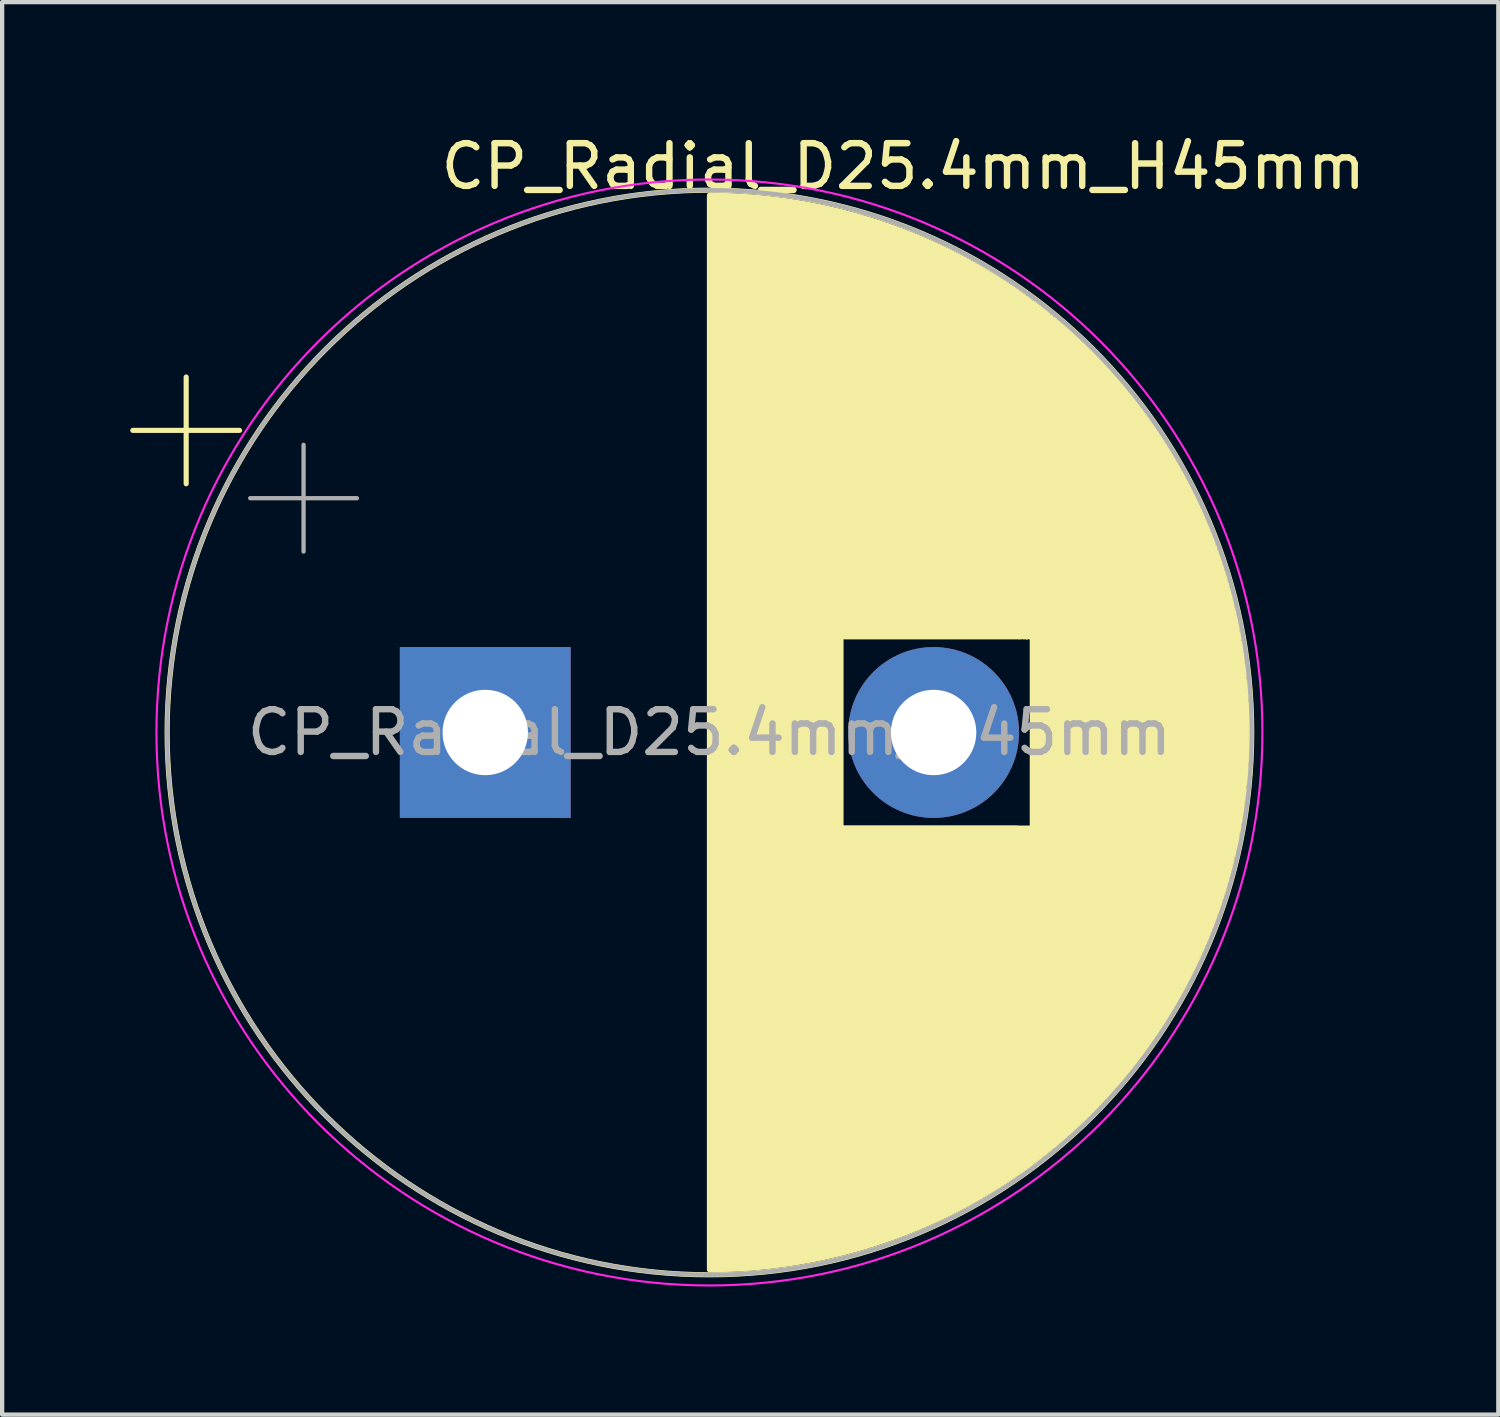
<source format=kicad_pcb>
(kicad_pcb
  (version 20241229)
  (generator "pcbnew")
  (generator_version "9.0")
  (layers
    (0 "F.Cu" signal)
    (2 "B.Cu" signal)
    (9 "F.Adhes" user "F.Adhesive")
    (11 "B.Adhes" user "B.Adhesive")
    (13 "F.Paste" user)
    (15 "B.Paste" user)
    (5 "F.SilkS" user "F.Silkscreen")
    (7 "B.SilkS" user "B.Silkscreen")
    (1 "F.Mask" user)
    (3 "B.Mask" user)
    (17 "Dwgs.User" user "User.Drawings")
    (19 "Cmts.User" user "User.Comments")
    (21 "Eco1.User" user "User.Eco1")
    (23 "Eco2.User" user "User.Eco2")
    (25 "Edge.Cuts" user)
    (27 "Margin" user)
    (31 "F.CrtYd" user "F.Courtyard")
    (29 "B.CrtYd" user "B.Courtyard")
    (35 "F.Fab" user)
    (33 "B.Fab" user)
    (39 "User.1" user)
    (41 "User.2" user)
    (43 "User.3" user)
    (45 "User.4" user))
  (footprint "CP_Radial_D25.4mm_H45mm"
    (layer "F.Cu")
    (at 13.104 14.598)
    (property "Reference" "CP_Radial_D25.4mm_H45mm" (at 5 -13.75 0) (layer "F.SilkS") (effects (font (size 1 1) (thickness 0.15))))
    (attr through_hole)
    (fp_line (start -13.044 -7.569) (end -10.544 -7.569) (stroke (width 0.12) (type solid)) (layer "F.SilkS"))
    (fp_line (start -11.794 -8.819) (end -11.794 -6.319) (stroke (width 0.12) (type solid)) (layer "F.SilkS"))
    (fp_line (start 0.46 -13.075) (end 0.46 12.087) (stroke (width 0.12) (type solid)) (layer "F.SilkS"))
    (fp_line (start 0.5 -13.074) (end 0.5 12.086) (stroke (width 0.12) (type solid)) (layer "F.SilkS"))
    (fp_line (start 0.54 -13.074) (end 0.54 12.086) (stroke (width 0.12) (type solid)) (layer "F.SilkS"))
    (fp_line (start 0.58 -13.074) (end 0.58 12.086) (stroke (width 0.12) (type solid)) (layer "F.SilkS"))
    (fp_line (start 0.62 -13.073) (end 0.62 12.085) (stroke (width 0.12) (type solid)) (layer "F.SilkS"))
    (fp_line (start 0.66 -13.073) (end 0.66 12.085) (stroke (width 0.12) (type solid)) (layer "F.SilkS"))
    (fp_line (start 0.7 -13.072) (end 0.7 12.084) (stroke (width 0.12) (type solid)) (layer "F.SilkS"))
    (fp_line (start 0.74 -13.071) (end 0.74 12.083) (stroke (width 0.12) (type solid)) (layer "F.SilkS"))
    (fp_line (start 0.78 -13.07) (end 0.78 12.082) (stroke (width 0.12) (type solid)) (layer "F.SilkS"))
    (fp_line (start 0.82 -13.069) (end 0.82 12.081) (stroke (width 0.12) (type solid)) (layer "F.SilkS"))
    (fp_line (start 0.86 -13.068) (end 0.86 12.08) (stroke (width 0.12) (type solid)) (layer "F.SilkS"))
    (fp_line (start 0.9 -13.067) (end 0.9 12.079) (stroke (width 0.12) (type solid)) (layer "F.SilkS"))
    (fp_line (start 0.94 -13.065) (end 0.94 12.077) (stroke (width 0.12) (type solid)) (layer "F.SilkS"))
    (fp_line (start 0.98 -13.064) (end 0.98 12.076) (stroke (width 0.12) (type solid)) (layer "F.SilkS"))
    (fp_line (start 1.02 -13.062) (end 1.02 12.074) (stroke (width 0.12) (type solid)) (layer "F.SilkS"))
    (fp_line (start 1.06 -13.06) (end 1.06 12.072) (stroke (width 0.12) (type solid)) (layer "F.SilkS"))
    (fp_line (start 1.1 -13.058) (end 1.1 12.07) (stroke (width 0.12) (type solid)) (layer "F.SilkS"))
    (fp_line (start 1.14 -13.056) (end 1.14 12.068) (stroke (width 0.12) (type solid)) (layer "F.SilkS"))
    (fp_line (start 1.181 -13.054) (end 1.181 12.066) (stroke (width 0.12) (type solid)) (layer "F.SilkS"))
    (fp_line (start 1.221 -13.052) (end 1.221 12.064) (stroke (width 0.12) (type solid)) (layer "F.SilkS"))
    (fp_line (start 1.261 -13.049) (end 1.261 12.061) (stroke (width 0.12) (type solid)) (layer "F.SilkS"))
    (fp_line (start 1.301 -13.047) (end 1.301 12.059) (stroke (width 0.12) (type solid)) (layer "F.SilkS"))
    (fp_line (start 1.341 -13.044) (end 1.341 12.056) (stroke (width 0.12) (type solid)) (layer "F.SilkS"))
    (fp_line (start 1.381 -13.041) (end 1.381 12.053) (stroke (width 0.12) (type solid)) (layer "F.SilkS"))
    (fp_line (start 1.421 -13.038) (end 1.421 12.05) (stroke (width 0.12) (type solid)) (layer "F.SilkS"))
    (fp_line (start 1.461 -13.035) (end 1.461 12.047) (stroke (width 0.12) (type solid)) (layer "F.SilkS"))
    (fp_line (start 1.501 -13.032) (end 1.501 12.044) (stroke (width 0.12) (type solid)) (layer "F.SilkS"))
    (fp_line (start 1.541 -13.028) (end 1.541 12.04) (stroke (width 0.12) (type solid)) (layer "F.SilkS"))
    (fp_line (start 1.581 -13.025) (end 1.581 12.037) (stroke (width 0.12) (type solid)) (layer "F.SilkS"))
    (fp_line (start 1.621 -13.021) (end 1.621 12.033) (stroke (width 0.12) (type solid)) (layer "F.SilkS"))
    (fp_line (start 1.661 -13.017) (end 1.661 12.029) (stroke (width 0.12) (type solid)) (layer "F.SilkS"))
    (fp_line (start 1.701 -13.013) (end 1.701 12.025) (stroke (width 0.12) (type solid)) (layer "F.SilkS"))
    (fp_line (start 1.741 -13.009) (end 1.741 12.021) (stroke (width 0.12) (type solid)) (layer "F.SilkS"))
    (fp_line (start 1.781 -13.005) (end 1.781 12.017) (stroke (width 0.12) (type solid)) (layer "F.SilkS"))
    (fp_line (start 1.821 -13.001) (end 1.821 12.013) (stroke (width 0.12) (type solid)) (layer "F.SilkS"))
    (fp_line (start 1.861 -12.997) (end 1.861 12.009) (stroke (width 0.12) (type solid)) (layer "F.SilkS"))
    (fp_line (start 1.901 -12.992) (end 1.901 12.004) (stroke (width 0.12) (type solid)) (layer "F.SilkS"))
    (fp_line (start 1.941 -12.987) (end 1.941 11.999) (stroke (width 0.12) (type solid)) (layer "F.SilkS"))
    (fp_line (start 1.981 -12.983) (end 1.981 11.995) (stroke (width 0.12) (type solid)) (layer "F.SilkS"))
    (fp_line (start 2.021 -12.978) (end 2.021 11.99) (stroke (width 0.12) (type solid)) (layer "F.SilkS"))
    (fp_line (start 2.061 -12.973) (end 2.061 11.985) (stroke (width 0.12) (type solid)) (layer "F.SilkS"))
    (fp_line (start 2.101 -12.967) (end 2.101 11.979) (stroke (width 0.12) (type solid)) (layer "F.SilkS"))
    (fp_line (start 2.141 -12.962) (end 2.141 11.974) (stroke (width 0.12) (type solid)) (layer "F.SilkS"))
    (fp_line (start 2.181 -12.957) (end 2.181 11.969) (stroke (width 0.12) (type solid)) (layer "F.SilkS"))
    (fp_line (start 2.221 -12.951) (end 2.221 11.963) (stroke (width 0.12) (type solid)) (layer "F.SilkS"))
    (fp_line (start 2.261 -12.945) (end 2.261 11.957) (stroke (width 0.12) (type solid)) (layer "F.SilkS"))
    (fp_line (start 2.301 -12.94) (end 2.301 11.952) (stroke (width 0.12) (type solid)) (layer "F.SilkS"))
    (fp_line (start 2.341 -12.934) (end 2.341 11.946) (stroke (width 0.12) (type solid)) (layer "F.SilkS"))
    (fp_line (start 2.381 -12.928) (end 2.381 11.94) (stroke (width 0.12) (type solid)) (layer "F.SilkS"))
    (fp_line (start 2.421 -12.921) (end 2.421 11.933) (stroke (width 0.12) (type solid)) (layer "F.SilkS"))
    (fp_line (start 2.461 -12.915) (end 2.461 11.927) (stroke (width 0.12) (type solid)) (layer "F.SilkS"))
    (fp_line (start 2.501 -12.909) (end 2.501 11.921) (stroke (width 0.12) (type solid)) (layer "F.SilkS"))
    (fp_line (start 2.541 -12.902) (end 2.541 11.914) (stroke (width 0.12) (type solid)) (layer "F.SilkS"))
    (fp_line (start 2.581 -12.895) (end 2.581 11.907) (stroke (width 0.12) (type solid)) (layer "F.SilkS"))
    (fp_line (start 2.621 -12.888) (end 2.621 11.9) (stroke (width 0.12) (type solid)) (layer "F.SilkS"))
    (fp_line (start 2.626 2.185) (end 12 2.185) (stroke (width 1) (type default)) (layer "F.SilkS"))
    (fp_line (start 2.661 -12.881) (end 2.661 11.893) (stroke (width 0.12) (type solid)) (layer "F.SilkS"))
    (fp_line (start 2.701 -12.874) (end 2.701 11.886) (stroke (width 0.12) (type solid)) (layer "F.SilkS"))
    (fp_line (start 2.741 -12.867) (end 2.741 11.879) (stroke (width 0.12) (type solid)) (layer "F.SilkS"))
    (fp_line (start 2.781 -12.859) (end 2.781 11.871) (stroke (width 0.12) (type solid)) (layer "F.SilkS"))
    (fp_line (start 2.821 -12.852) (end 2.821 11.864) (stroke (width 0.12) (type solid)) (layer "F.SilkS"))
    (fp_line (start 2.861 -12.844) (end 2.861 11.856) (stroke (width 0.12) (type solid)) (layer "F.SilkS"))
    (fp_line (start 2.901 -12.836) (end 2.901 11.848) (stroke (width 0.12) (type solid)) (layer "F.SilkS"))
    (fp_line (start 2.941 -12.828) (end 2.941 11.84) (stroke (width 0.12) (type solid)) (layer "F.SilkS"))
    (fp_line (start 2.981 -12.82) (end 2.981 11.832) (stroke (width 0.12) (type solid)) (layer "F.SilkS"))
    (fp_line (start 3.021 -12.812) (end 3.021 11.824) (stroke (width 0.12) (type solid)) (layer "F.SilkS"))
    (fp_line (start 3.061 -12.804) (end 3.061 11.816) (stroke (width 0.12) (type solid)) (layer "F.SilkS"))
    (fp_line (start 3.101 -12.795) (end 3.101 11.807) (stroke (width 0.12) (type solid)) (layer "F.SilkS"))
    (fp_line (start 3.101 -2.734) (end 3.101 1.746) (stroke (width 1) (type default)) (layer "F.SilkS"))
    (fp_line (start 3.141 -12.787) (end 3.141 11.799) (stroke (width 0.12) (type solid)) (layer "F.SilkS"))
    (fp_line (start 3.181 -12.778) (end 3.181 11.79) (stroke (width 0.12) (type solid)) (layer "F.SilkS"))
    (fp_line (start 3.221 -12.769) (end 3.221 -2.734) (stroke (width 0.12) (type solid)) (layer "F.SilkS"))
    (fp_line (start 3.221 1.746) (end 3.221 11.781) (stroke (width 0.12) (type solid)) (layer "F.SilkS"))
    (fp_line (start 3.261 -12.76) (end 3.261 -2.734) (stroke (width 0.12) (type solid)) (layer "F.SilkS"))
    (fp_line (start 3.261 1.746) (end 3.261 11.772) (stroke (width 0.12) (type solid)) (layer "F.SilkS"))
    (fp_line (start 3.301 -12.751) (end 3.301 -2.734) (stroke (width 0.12) (type solid)) (layer "F.SilkS"))
    (fp_line (start 3.301 1.746) (end 3.301 11.763) (stroke (width 0.12) (type solid)) (layer "F.SilkS"))
    (fp_line (start 3.341 -12.741) (end 3.341 -2.734) (stroke (width 0.12) (type solid)) (layer "F.SilkS"))
    (fp_line (start 3.341 1.746) (end 3.341 11.753) (stroke (width 0.12) (type solid)) (layer "F.SilkS"))
    (fp_line (start 3.381 -12.732) (end 3.381 -2.734) (stroke (width 0.12) (type solid)) (layer "F.SilkS"))
    (fp_line (start 3.381 1.746) (end 3.381 11.744) (stroke (width 0.12) (type solid)) (layer "F.SilkS"))
    (fp_line (start 3.421 -12.722) (end 3.421 -2.734) (stroke (width 0.12) (type solid)) (layer "F.SilkS"))
    (fp_line (start 3.421 1.746) (end 3.421 11.734) (stroke (width 0.12) (type solid)) (layer "F.SilkS"))
    (fp_line (start 3.461 -12.713) (end 3.461 -2.734) (stroke (width 0.12) (type solid)) (layer "F.SilkS"))
    (fp_line (start 3.461 1.746) (end 3.461 11.725) (stroke (width 0.12) (type solid)) (layer "F.SilkS"))
    (fp_line (start 3.501 -12.703) (end 3.501 -2.734) (stroke (width 0.12) (type solid)) (layer "F.SilkS"))
    (fp_line (start 3.501 1.746) (end 3.501 11.715) (stroke (width 0.12) (type solid)) (layer "F.SilkS"))
    (fp_line (start 3.541 -12.693) (end 3.541 -2.734) (stroke (width 0.12) (type solid)) (layer "F.SilkS"))
    (fp_line (start 3.541 1.746) (end 3.541 11.705) (stroke (width 0.12) (type solid)) (layer "F.SilkS"))
    (fp_line (start 3.581 -12.683) (end 3.581 -2.734) (stroke (width 0.12) (type solid)) (layer "F.SilkS"))
    (fp_line (start 3.581 1.746) (end 3.581 11.695) (stroke (width 0.12) (type solid)) (layer "F.SilkS"))
    (fp_line (start 3.621 -12.672) (end 3.621 -2.734) (stroke (width 0.12) (type solid)) (layer "F.SilkS"))
    (fp_line (start 3.621 1.746) (end 3.621 11.684) (stroke (width 0.12) (type solid)) (layer "F.SilkS"))
    (fp_line (start 3.661 -12.662) (end 3.661 -2.734) (stroke (width 0.12) (type solid)) (layer "F.SilkS"))
    (fp_line (start 3.661 1.746) (end 3.661 11.674) (stroke (width 0.12) (type solid)) (layer "F.SilkS"))
    (fp_line (start 3.701 -12.651) (end 3.701 -2.734) (stroke (width 0.12) (type solid)) (layer "F.SilkS"))
    (fp_line (start 3.701 1.746) (end 3.701 11.663) (stroke (width 0.12) (type solid)) (layer "F.SilkS"))
    (fp_line (start 3.741 -12.641) (end 3.741 -2.734) (stroke (width 0.12) (type solid)) (layer "F.SilkS"))
    (fp_line (start 3.741 1.746) (end 3.741 11.653) (stroke (width 0.12) (type solid)) (layer "F.SilkS"))
    (fp_line (start 3.781 -12.63) (end 3.781 -2.734) (stroke (width 0.12) (type solid)) (layer "F.SilkS"))
    (fp_line (start 3.781 1.746) (end 3.781 11.642) (stroke (width 0.12) (type solid)) (layer "F.SilkS"))
    (fp_line (start 3.821 -12.619) (end 3.821 -2.734) (stroke (width 0.12) (type solid)) (layer "F.SilkS"))
    (fp_line (start 3.821 1.746) (end 3.821 11.631) (stroke (width 0.12) (type solid)) (layer "F.SilkS"))
    (fp_line (start 3.861 -12.608) (end 3.861 -2.734) (stroke (width 0.12) (type solid)) (layer "F.SilkS"))
    (fp_line (start 3.861 1.746) (end 3.861 11.62) (stroke (width 0.12) (type solid)) (layer "F.SilkS"))
    (fp_line (start 3.901 -12.597) (end 3.901 -2.734) (stroke (width 0.12) (type solid)) (layer "F.SilkS"))
    (fp_line (start 3.901 1.746) (end 3.901 11.609) (stroke (width 0.12) (type solid)) (layer "F.SilkS"))
    (fp_line (start 3.941 -12.585) (end 3.941 -2.734) (stroke (width 0.12) (type solid)) (layer "F.SilkS"))
    (fp_line (start 3.941 1.746) (end 3.941 11.597) (stroke (width 0.12) (type solid)) (layer "F.SilkS"))
    (fp_line (start 3.981 -12.574) (end 3.981 -2.734) (stroke (width 0.12) (type solid)) (layer "F.SilkS"))
    (fp_line (start 3.981 1.746) (end 3.981 11.586) (stroke (width 0.12) (type solid)) (layer "F.SilkS"))
    (fp_line (start 4.021 -12.562) (end 4.021 -2.734) (stroke (width 0.12) (type solid)) (layer "F.SilkS"))
    (fp_line (start 4.021 1.746) (end 4.021 11.574) (stroke (width 0.12) (type solid)) (layer "F.SilkS"))
    (fp_line (start 4.061 -12.55) (end 4.061 -2.734) (stroke (width 0.12) (type solid)) (layer "F.SilkS"))
    (fp_line (start 4.061 1.746) (end 4.061 11.562) (stroke (width 0.12) (type solid)) (layer "F.SilkS"))
    (fp_line (start 4.101 -12.538) (end 4.101 -2.734) (stroke (width 0.12) (type solid)) (layer "F.SilkS"))
    (fp_line (start 4.101 1.746) (end 4.101 11.55) (stroke (width 0.12) (type solid)) (layer "F.SilkS"))
    (fp_line (start 4.141 -12.526) (end 4.141 -2.734) (stroke (width 0.12) (type solid)) (layer "F.SilkS"))
    (fp_line (start 4.141 1.746) (end 4.141 11.538) (stroke (width 0.12) (type solid)) (layer "F.SilkS"))
    (fp_line (start 4.181 -12.514) (end 4.181 -2.734) (stroke (width 0.12) (type solid)) (layer "F.SilkS"))
    (fp_line (start 4.181 1.746) (end 4.181 11.526) (stroke (width 0.12) (type solid)) (layer "F.SilkS"))
    (fp_line (start 4.221 -12.501) (end 4.221 -2.734) (stroke (width 0.12) (type solid)) (layer "F.SilkS"))
    (fp_line (start 4.221 1.746) (end 4.221 11.513) (stroke (width 0.12) (type solid)) (layer "F.SilkS"))
    (fp_line (start 4.261 -12.489) (end 4.261 -2.734) (stroke (width 0.12) (type solid)) (layer "F.SilkS"))
    (fp_line (start 4.261 1.746) (end 4.261 11.501) (stroke (width 0.12) (type solid)) (layer "F.SilkS"))
    (fp_line (start 4.301 -12.476) (end 4.301 -2.734) (stroke (width 0.12) (type solid)) (layer "F.SilkS"))
    (fp_line (start 4.301 1.746) (end 4.301 11.488) (stroke (width 0.12) (type solid)) (layer "F.SilkS"))
    (fp_line (start 4.341 -12.463) (end 4.341 -2.734) (stroke (width 0.12) (type solid)) (layer "F.SilkS"))
    (fp_line (start 4.341 1.746) (end 4.341 11.475) (stroke (width 0.12) (type solid)) (layer "F.SilkS"))
    (fp_line (start 4.381 -12.45) (end 4.381 -2.734) (stroke (width 0.12) (type solid)) (layer "F.SilkS"))
    (fp_line (start 4.381 1.746) (end 4.381 11.462) (stroke (width 0.12) (type solid)) (layer "F.SilkS"))
    (fp_line (start 4.421 -12.437) (end 4.421 -2.734) (stroke (width 0.12) (type solid)) (layer "F.SilkS"))
    (fp_line (start 4.421 1.746) (end 4.421 11.449) (stroke (width 0.12) (type solid)) (layer "F.SilkS"))
    (fp_line (start 4.461 -12.424) (end 4.461 -2.734) (stroke (width 0.12) (type solid)) (layer "F.SilkS"))
    (fp_line (start 4.461 1.746) (end 4.461 11.436) (stroke (width 0.12) (type solid)) (layer "F.SilkS"))
    (fp_line (start 4.501 -12.41) (end 4.501 -2.734) (stroke (width 0.12) (type solid)) (layer "F.SilkS"))
    (fp_line (start 4.501 1.746) (end 4.501 11.422) (stroke (width 0.12) (type solid)) (layer "F.SilkS"))
    (fp_line (start 4.541 -12.397) (end 4.541 -2.734) (stroke (width 0.12) (type solid)) (layer "F.SilkS"))
    (fp_line (start 4.541 1.746) (end 4.541 11.409) (stroke (width 0.12) (type solid)) (layer "F.SilkS"))
    (fp_line (start 4.581 -12.383) (end 4.581 -2.734) (stroke (width 0.12) (type solid)) (layer "F.SilkS"))
    (fp_line (start 4.581 1.746) (end 4.581 11.395) (stroke (width 0.12) (type solid)) (layer "F.SilkS"))
    (fp_line (start 4.621 -12.369) (end 4.621 -2.734) (stroke (width 0.12) (type solid)) (layer "F.SilkS"))
    (fp_line (start 4.621 1.746) (end 4.621 11.381) (stroke (width 0.12) (type solid)) (layer "F.SilkS"))
    (fp_line (start 4.661 -12.355) (end 4.661 -2.734) (stroke (width 0.12) (type solid)) (layer "F.SilkS"))
    (fp_line (start 4.661 1.746) (end 4.661 11.367) (stroke (width 0.12) (type solid)) (layer "F.SilkS"))
    (fp_line (start 4.701 -12.341) (end 4.701 -2.734) (stroke (width 0.12) (type solid)) (layer "F.SilkS"))
    (fp_line (start 4.701 1.746) (end 4.701 11.353) (stroke (width 0.12) (type solid)) (layer "F.SilkS"))
    (fp_line (start 4.741 -12.327) (end 4.741 -2.734) (stroke (width 0.12) (type solid)) (layer "F.SilkS"))
    (fp_line (start 4.741 1.746) (end 4.741 11.339) (stroke (width 0.12) (type solid)) (layer "F.SilkS"))
    (fp_line (start 4.781 -12.312) (end 4.781 -2.734) (stroke (width 0.12) (type solid)) (layer "F.SilkS"))
    (fp_line (start 4.781 1.746) (end 4.781 11.324) (stroke (width 0.12) (type solid)) (layer "F.SilkS"))
    (fp_line (start 4.821 -12.297) (end 4.821 -2.734) (stroke (width 0.12) (type solid)) (layer "F.SilkS"))
    (fp_line (start 4.821 1.746) (end 4.821 11.309) (stroke (width 0.12) (type solid)) (layer "F.SilkS"))
    (fp_line (start 4.861 -12.283) (end 4.861 -2.734) (stroke (width 0.12) (type solid)) (layer "F.SilkS"))
    (fp_line (start 4.861 1.746) (end 4.861 11.295) (stroke (width 0.12) (type solid)) (layer "F.SilkS"))
    (fp_line (start 4.901 -12.268) (end 4.901 -2.734) (stroke (width 0.12) (type solid)) (layer "F.SilkS"))
    (fp_line (start 4.901 1.746) (end 4.901 11.28) (stroke (width 0.12) (type solid)) (layer "F.SilkS"))
    (fp_line (start 4.941 -12.253) (end 4.941 -2.734) (stroke (width 0.12) (type solid)) (layer "F.SilkS"))
    (fp_line (start 4.941 1.746) (end 4.941 11.265) (stroke (width 0.12) (type solid)) (layer "F.SilkS"))
    (fp_line (start 4.981 -12.237) (end 4.981 -2.734) (stroke (width 0.12) (type solid)) (layer "F.SilkS"))
    (fp_line (start 4.981 1.746) (end 4.981 11.249) (stroke (width 0.12) (type solid)) (layer "F.SilkS"))
    (fp_line (start 5.021 -12.222) (end 5.021 -2.734) (stroke (width 0.12) (type solid)) (layer "F.SilkS"))
    (fp_line (start 5.021 1.746) (end 5.021 11.234) (stroke (width 0.12) (type solid)) (layer "F.SilkS"))
    (fp_line (start 5.061 -12.206) (end 5.061 -2.734) (stroke (width 0.12) (type solid)) (layer "F.SilkS"))
    (fp_line (start 5.061 1.746) (end 5.061 11.218) (stroke (width 0.12) (type solid)) (layer "F.SilkS"))
    (fp_line (start 5.101 -12.191) (end 5.101 -2.734) (stroke (width 0.12) (type solid)) (layer "F.SilkS"))
    (fp_line (start 5.101 1.746) (end 5.101 11.203) (stroke (width 0.12) (type solid)) (layer "F.SilkS"))
    (fp_line (start 5.141 -12.175) (end 5.141 -2.734) (stroke (width 0.12) (type solid)) (layer "F.SilkS"))
    (fp_line (start 5.141 1.746) (end 5.141 11.187) (stroke (width 0.12) (type solid)) (layer "F.SilkS"))
    (fp_line (start 5.181 -12.159) (end 5.181 -2.734) (stroke (width 0.12) (type solid)) (layer "F.SilkS"))
    (fp_line (start 5.181 1.746) (end 5.181 11.171) (stroke (width 0.12) (type solid)) (layer "F.SilkS"))
    (fp_line (start 5.221 -12.142) (end 5.221 -2.734) (stroke (width 0.12) (type solid)) (layer "F.SilkS"))
    (fp_line (start 5.221 1.746) (end 5.221 11.154) (stroke (width 0.12) (type solid)) (layer "F.SilkS"))
    (fp_line (start 5.261 -12.126) (end 5.261 -2.734) (stroke (width 0.12) (type solid)) (layer "F.SilkS"))
    (fp_line (start 5.261 1.746) (end 5.261 11.138) (stroke (width 0.12) (type solid)) (layer "F.SilkS"))
    (fp_line (start 5.301 -12.109) (end 5.301 -2.734) (stroke (width 0.12) (type solid)) (layer "F.SilkS"))
    (fp_line (start 5.301 1.746) (end 5.301 11.121) (stroke (width 0.12) (type solid)) (layer "F.SilkS"))
    (fp_line (start 5.341 -12.093) (end 5.341 -2.734) (stroke (width 0.12) (type solid)) (layer "F.SilkS"))
    (fp_line (start 5.341 1.746) (end 5.341 11.105) (stroke (width 0.12) (type solid)) (layer "F.SilkS"))
    (fp_line (start 5.381 -12.076) (end 5.381 -2.734) (stroke (width 0.12) (type solid)) (layer "F.SilkS"))
    (fp_line (start 5.381 1.746) (end 5.381 11.088) (stroke (width 0.12) (type solid)) (layer "F.SilkS"))
    (fp_line (start 5.421 -12.059) (end 5.421 -2.734) (stroke (width 0.12) (type solid)) (layer "F.SilkS"))
    (fp_line (start 5.421 1.746) (end 5.421 11.071) (stroke (width 0.12) (type solid)) (layer "F.SilkS"))
    (fp_line (start 5.461 -12.042) (end 5.461 -2.734) (stroke (width 0.12) (type solid)) (layer "F.SilkS"))
    (fp_line (start 5.461 1.746) (end 5.461 11.054) (stroke (width 0.12) (type solid)) (layer "F.SilkS"))
    (fp_line (start 5.501 -12.024) (end 5.501 -2.734) (stroke (width 0.12) (type solid)) (layer "F.SilkS"))
    (fp_line (start 5.501 1.746) (end 5.501 11.036) (stroke (width 0.12) (type solid)) (layer "F.SilkS"))
    (fp_line (start 5.541 -12.007) (end 5.541 -2.734) (stroke (width 0.12) (type solid)) (layer "F.SilkS"))
    (fp_line (start 5.541 1.746) (end 5.541 11.019) (stroke (width 0.12) (type solid)) (layer "F.SilkS"))
    (fp_line (start 5.581 -11.989) (end 5.581 -2.734) (stroke (width 0.12) (type solid)) (layer "F.SilkS"))
    (fp_line (start 5.581 1.746) (end 5.581 11.001) (stroke (width 0.12) (type solid)) (layer "F.SilkS"))
    (fp_line (start 5.621 -11.971) (end 5.621 -2.734) (stroke (width 0.12) (type solid)) (layer "F.SilkS"))
    (fp_line (start 5.621 1.746) (end 5.621 10.983) (stroke (width 0.12) (type solid)) (layer "F.SilkS"))
    (fp_line (start 5.661 -11.953) (end 5.661 -2.734) (stroke (width 0.12) (type solid)) (layer "F.SilkS"))
    (fp_line (start 5.661 1.746) (end 5.661 10.965) (stroke (width 0.12) (type solid)) (layer "F.SilkS"))
    (fp_line (start 5.701 -11.935) (end 5.701 -2.734) (stroke (width 0.12) (type solid)) (layer "F.SilkS"))
    (fp_line (start 5.701 1.746) (end 5.701 10.947) (stroke (width 0.12) (type solid)) (layer "F.SilkS"))
    (fp_line (start 5.741 -11.917) (end 5.741 -2.734) (stroke (width 0.12) (type solid)) (layer "F.SilkS"))
    (fp_line (start 5.741 1.746) (end 5.741 10.929) (stroke (width 0.12) (type solid)) (layer "F.SilkS"))
    (fp_line (start 5.781 -11.898) (end 5.781 -2.734) (stroke (width 0.12) (type solid)) (layer "F.SilkS"))
    (fp_line (start 5.781 1.746) (end 5.781 10.91) (stroke (width 0.12) (type solid)) (layer "F.SilkS"))
    (fp_line (start 5.821 -11.88) (end 5.821 -2.734) (stroke (width 0.12) (type solid)) (layer "F.SilkS"))
    (fp_line (start 5.821 1.746) (end 5.821 10.892) (stroke (width 0.12) (type solid)) (layer "F.SilkS"))
    (fp_line (start 5.861 -11.861) (end 5.861 -2.734) (stroke (width 0.12) (type solid)) (layer "F.SilkS"))
    (fp_line (start 5.861 1.746) (end 5.861 10.873) (stroke (width 0.12) (type solid)) (layer "F.SilkS"))
    (fp_line (start 5.901 -11.842) (end 5.901 -2.734) (stroke (width 0.12) (type solid)) (layer "F.SilkS"))
    (fp_line (start 5.901 1.746) (end 5.901 10.854) (stroke (width 0.12) (type solid)) (layer "F.SilkS"))
    (fp_line (start 5.941 -11.823) (end 5.941 -2.734) (stroke (width 0.12) (type solid)) (layer "F.SilkS"))
    (fp_line (start 5.941 1.746) (end 5.941 10.835) (stroke (width 0.12) (type solid)) (layer "F.SilkS"))
    (fp_line (start 5.981 -11.803) (end 5.981 -2.734) (stroke (width 0.12) (type solid)) (layer "F.SilkS"))
    (fp_line (start 5.981 1.746) (end 5.981 10.815) (stroke (width 0.12) (type solid)) (layer "F.SilkS"))
    (fp_line (start 6.021 -11.784) (end 6.021 -2.734) (stroke (width 0.12) (type solid)) (layer "F.SilkS"))
    (fp_line (start 6.021 1.746) (end 6.021 10.796) (stroke (width 0.12) (type solid)) (layer "F.SilkS"))
    (fp_line (start 6.061 -11.764) (end 6.061 -2.734) (stroke (width 0.12) (type solid)) (layer "F.SilkS"))
    (fp_line (start 6.061 1.746) (end 6.061 10.776) (stroke (width 0.12) (type solid)) (layer "F.SilkS"))
    (fp_line (start 6.101 -11.744) (end 6.101 -2.734) (stroke (width 0.12) (type solid)) (layer "F.SilkS"))
    (fp_line (start 6.101 1.746) (end 6.101 10.756) (stroke (width 0.12) (type solid)) (layer "F.SilkS"))
    (fp_line (start 6.141 -11.724) (end 6.141 -2.734) (stroke (width 0.12) (type solid)) (layer "F.SilkS"))
    (fp_line (start 6.141 1.746) (end 6.141 10.736) (stroke (width 0.12) (type solid)) (layer "F.SilkS"))
    (fp_line (start 6.181 -11.704) (end 6.181 -2.734) (stroke (width 0.12) (type solid)) (layer "F.SilkS"))
    (fp_line (start 6.181 1.746) (end 6.181 10.716) (stroke (width 0.12) (type solid)) (layer "F.SilkS"))
    (fp_line (start 6.221 -11.683) (end 6.221 -2.734) (stroke (width 0.12) (type solid)) (layer "F.SilkS"))
    (fp_line (start 6.221 1.746) (end 6.221 10.695) (stroke (width 0.12) (type solid)) (layer "F.SilkS"))
    (fp_line (start 6.261 -11.663) (end 6.261 -2.734) (stroke (width 0.12) (type solid)) (layer "F.SilkS"))
    (fp_line (start 6.261 1.746) (end 6.261 10.675) (stroke (width 0.12) (type solid)) (layer "F.SilkS"))
    (fp_line (start 6.301 -11.642) (end 6.301 -2.734) (stroke (width 0.12) (type solid)) (layer "F.SilkS"))
    (fp_line (start 6.301 1.746) (end 6.301 10.654) (stroke (width 0.12) (type solid)) (layer "F.SilkS"))
    (fp_line (start 6.341 -11.621) (end 6.341 -2.734) (stroke (width 0.12) (type solid)) (layer "F.SilkS"))
    (fp_line (start 6.341 1.746) (end 6.341 10.633) (stroke (width 0.12) (type solid)) (layer "F.SilkS"))
    (fp_line (start 6.381 -11.6) (end 6.381 -2.734) (stroke (width 0.12) (type solid)) (layer "F.SilkS"))
    (fp_line (start 6.381 1.746) (end 6.381 10.612) (stroke (width 0.12) (type solid)) (layer "F.SilkS"))
    (fp_line (start 6.421 -11.578) (end 6.421 -2.734) (stroke (width 0.12) (type solid)) (layer "F.SilkS"))
    (fp_line (start 6.421 1.746) (end 6.421 10.59) (stroke (width 0.12) (type solid)) (layer "F.SilkS"))
    (fp_line (start 6.461 -11.557) (end 6.461 -2.734) (stroke (width 0.12) (type solid)) (layer "F.SilkS"))
    (fp_line (start 6.461 1.746) (end 6.461 10.569) (stroke (width 0.12) (type solid)) (layer "F.SilkS"))
    (fp_line (start 6.501 -11.535) (end 6.501 -2.734) (stroke (width 0.12) (type solid)) (layer "F.SilkS"))
    (fp_line (start 6.501 1.746) (end 6.501 10.547) (stroke (width 0.12) (type solid)) (layer "F.SilkS"))
    (fp_line (start 6.541 -11.513) (end 6.541 -2.734) (stroke (width 0.12) (type solid)) (layer "F.SilkS"))
    (fp_line (start 6.541 1.746) (end 6.541 10.525) (stroke (width 0.12) (type solid)) (layer "F.SilkS"))
    (fp_line (start 6.581 -11.491) (end 6.581 -2.734) (stroke (width 0.12) (type solid)) (layer "F.SilkS"))
    (fp_line (start 6.581 1.746) (end 6.581 10.503) (stroke (width 0.12) (type solid)) (layer "F.SilkS"))
    (fp_line (start 6.621 -11.469) (end 6.621 -2.734) (stroke (width 0.12) (type solid)) (layer "F.SilkS"))
    (fp_line (start 6.621 1.746) (end 6.621 10.481) (stroke (width 0.12) (type solid)) (layer "F.SilkS"))
    (fp_line (start 6.661 -11.447) (end 6.661 -2.734) (stroke (width 0.12) (type solid)) (layer "F.SilkS"))
    (fp_line (start 6.661 1.746) (end 6.661 10.459) (stroke (width 0.12) (type solid)) (layer "F.SilkS"))
    (fp_line (start 6.701 -11.424) (end 6.701 -2.734) (stroke (width 0.12) (type solid)) (layer "F.SilkS"))
    (fp_line (start 6.701 1.746) (end 6.701 10.436) (stroke (width 0.12) (type solid)) (layer "F.SilkS"))
    (fp_line (start 6.741 -11.401) (end 6.741 -2.734) (stroke (width 0.12) (type solid)) (layer "F.SilkS"))
    (fp_line (start 6.741 1.746) (end 6.741 10.413) (stroke (width 0.12) (type solid)) (layer "F.SilkS"))
    (fp_line (start 6.781 -11.378) (end 6.781 -2.734) (stroke (width 0.12) (type solid)) (layer "F.SilkS"))
    (fp_line (start 6.781 1.746) (end 6.781 10.39) (stroke (width 0.12) (type solid)) (layer "F.SilkS"))
    (fp_line (start 6.821 -11.355) (end 6.821 -2.734) (stroke (width 0.12) (type solid)) (layer "F.SilkS"))
    (fp_line (start 6.821 1.746) (end 6.821 10.367) (stroke (width 0.12) (type solid)) (layer "F.SilkS"))
    (fp_line (start 6.861 -11.331) (end 6.861 -2.734) (stroke (width 0.12) (type solid)) (layer "F.SilkS"))
    (fp_line (start 6.861 1.746) (end 6.861 10.343) (stroke (width 0.12) (type solid)) (layer "F.SilkS"))
    (fp_line (start 6.901 -11.308) (end 6.901 -2.734) (stroke (width 0.12) (type solid)) (layer "F.SilkS"))
    (fp_line (start 6.901 1.746) (end 6.901 10.32) (stroke (width 0.12) (type solid)) (layer "F.SilkS"))
    (fp_line (start 6.941 -11.284) (end 6.941 -2.734) (stroke (width 0.12) (type solid)) (layer "F.SilkS"))
    (fp_line (start 6.941 1.746) (end 6.941 10.296) (stroke (width 0.12) (type solid)) (layer "F.SilkS"))
    (fp_line (start 6.981 -11.26) (end 6.981 -2.734) (stroke (width 0.12) (type solid)) (layer "F.SilkS"))
    (fp_line (start 6.981 1.746) (end 6.981 10.272) (stroke (width 0.12) (type solid)) (layer "F.SilkS"))
    (fp_line (start 7.021 -11.236) (end 7.021 -2.734) (stroke (width 0.12) (type solid)) (layer "F.SilkS"))
    (fp_line (start 7.021 1.746) (end 7.021 10.248) (stroke (width 0.12) (type solid)) (layer "F.SilkS"))
    (fp_line (start 7.061 -11.211) (end 7.061 -2.734) (stroke (width 0.12) (type solid)) (layer "F.SilkS"))
    (fp_line (start 7.061 1.746) (end 7.061 10.223) (stroke (width 0.12) (type solid)) (layer "F.SilkS"))
    (fp_line (start 7.101 -11.186) (end 7.101 -2.734) (stroke (width 0.12) (type solid)) (layer "F.SilkS"))
    (fp_line (start 7.101 1.746) (end 7.101 10.198) (stroke (width 0.12) (type solid)) (layer "F.SilkS"))
    (fp_line (start 7.141 -11.162) (end 7.141 -2.734) (stroke (width 0.12) (type solid)) (layer "F.SilkS"))
    (fp_line (start 7.141 1.746) (end 7.141 10.174) (stroke (width 0.12) (type solid)) (layer "F.SilkS"))
    (fp_line (start 7.181 -11.137) (end 7.181 -2.734) (stroke (width 0.12) (type solid)) (layer "F.SilkS"))
    (fp_line (start 7.181 1.746) (end 7.181 10.149) (stroke (width 0.12) (type solid)) (layer "F.SilkS"))
    (fp_line (start 7.221 -11.111) (end 7.221 -2.734) (stroke (width 0.12) (type solid)) (layer "F.SilkS"))
    (fp_line (start 7.221 1.746) (end 7.221 10.123) (stroke (width 0.12) (type solid)) (layer "F.SilkS"))
    (fp_line (start 7.261 -11.086) (end 7.261 -2.734) (stroke (width 0.12) (type solid)) (layer "F.SilkS"))
    (fp_line (start 7.261 1.746) (end 7.261 10.098) (stroke (width 0.12) (type solid)) (layer "F.SilkS"))
    (fp_line (start 7.301 -11.06) (end 7.301 -2.734) (stroke (width 0.12) (type solid)) (layer "F.SilkS"))
    (fp_line (start 7.301 1.746) (end 7.301 10.072) (stroke (width 0.12) (type solid)) (layer "F.SilkS"))
    (fp_line (start 7.341 -11.034) (end 7.341 -2.734) (stroke (width 0.12) (type solid)) (layer "F.SilkS"))
    (fp_line (start 7.341 1.746) (end 7.341 10.046) (stroke (width 0.12) (type solid)) (layer "F.SilkS"))
    (fp_line (start 7.381 -11.008) (end 7.381 -2.734) (stroke (width 0.12) (type solid)) (layer "F.SilkS"))
    (fp_line (start 7.381 1.746) (end 7.381 10.02) (stroke (width 0.12) (type solid)) (layer "F.SilkS"))
    (fp_line (start 7.421 -10.982) (end 7.421 -2.734) (stroke (width 0.12) (type solid)) (layer "F.SilkS"))
    (fp_line (start 7.421 1.746) (end 7.421 9.994) (stroke (width 0.12) (type solid)) (layer "F.SilkS"))
    (fp_line (start 7.461 -10.955) (end 7.461 -2.734) (stroke (width 0.12) (type solid)) (layer "F.SilkS"))
    (fp_line (start 7.461 1.746) (end 7.461 9.967) (stroke (width 0.12) (type solid)) (layer "F.SilkS"))
    (fp_line (start 7.501 -10.928) (end 7.501 -2.734) (stroke (width 0.12) (type solid)) (layer "F.SilkS"))
    (fp_line (start 7.501 1.746) (end 7.501 9.94) (stroke (width 0.12) (type solid)) (layer "F.SilkS"))
    (fp_line (start 7.541 -10.901) (end 7.541 -2.734) (stroke (width 0.12) (type solid)) (layer "F.SilkS"))
    (fp_line (start 7.541 1.746) (end 7.541 9.913) (stroke (width 0.12) (type solid)) (layer "F.SilkS"))
    (fp_line (start 7.581 -10.874) (end 7.581 -2.734) (stroke (width 0.12) (type solid)) (layer "F.SilkS"))
    (fp_line (start 7.581 1.746) (end 7.581 9.886) (stroke (width 0.12) (type solid)) (layer "F.SilkS"))
    (fp_line (start 7.607 4.897) (end 7.607 9.377) (stroke (width 1) (type default)) (layer "F.SilkS"))
    (fp_line (start 7.621 -10.847) (end 7.621 -2.734) (stroke (width 0.12) (type solid)) (layer "F.SilkS"))
    (fp_line (start 7.621 1.746) (end 7.621 9.859) (stroke (width 0.12) (type solid)) (layer "F.SilkS"))
    (fp_line (start 7.661 -10.819) (end 7.661 -2.734) (stroke (width 0.12) (type solid)) (layer "F.SilkS"))
    (fp_line (start 7.661 1.746) (end 7.661 9.831) (stroke (width 0.12) (type solid)) (layer "F.SilkS"))
    (fp_line (start 7.713 -10.784) (end 7.712 -2.73) (stroke (width 0.12) (type solid)) (layer "F.SilkS"))
    (fp_line (start 7.767 -10.746) (end 7.76 -2.733) (stroke (width 0.12) (type solid)) (layer "F.SilkS"))
    (fp_line (start 7.822 -10.708) (end 7.824 -2.731) (stroke (width 0.12) (type solid)) (layer "F.SilkS"))
    (fp_line (start 7.84 2.459) (end 7.84 6.939) (stroke (width 1) (type default)) (layer "F.SilkS"))
    (fp_line (start 7.889 -10.658) (end 7.892 -2.727) (stroke (width 0.12) (type solid)) (layer "F.SilkS"))
    (fp_line (start 7.956 -10.608) (end 7.966 -2.73) (stroke (width 0.12) (type solid)) (layer "F.SilkS"))
    (fp_line (start 8.021 -10.559) (end 8.021 9.571) (stroke (width 0.12) (type solid)) (layer "F.SilkS"))
    (fp_line (start 8.061 -10.529) (end 8.061 9.541) (stroke (width 0.12) (type solid)) (layer "F.SilkS"))
    (fp_line (start 8.101 -10.499) (end 8.101 9.511) (stroke (width 0.12) (type solid)) (layer "F.SilkS"))
    (fp_line (start 8.141 -10.469) (end 8.141 9.481) (stroke (width 0.12) (type solid)) (layer "F.SilkS"))
    (fp_line (start 8.181 -10.438) (end 8.181 9.45) (stroke (width 0.12) (type solid)) (layer "F.SilkS"))
    (fp_line (start 8.221 -10.407) (end 8.221 9.419) (stroke (width 0.12) (type solid)) (layer "F.SilkS"))
    (fp_line (start 8.261 -10.375) (end 8.261 9.387) (stroke (width 0.12) (type solid)) (layer "F.SilkS"))
    (fp_line (start 8.301 -10.344) (end 8.301 9.356) (stroke (width 0.12) (type solid)) (layer "F.SilkS"))
    (fp_line (start 8.341 -10.312) (end 8.341 9.324) (stroke (width 0.12) (type solid)) (layer "F.SilkS"))
    (fp_line (start 8.381 -10.28) (end 8.381 9.292) (stroke (width 0.12) (type solid)) (layer "F.SilkS"))
    (fp_line (start 8.446 -10.227) (end 8.443 9.246) (stroke (width 0.12) (type solid)) (layer "F.SilkS"))
    (fp_line (start 8.501 -10.182) (end 8.501 9.194) (stroke (width 0.12) (type solid)) (layer "F.SilkS"))
    (fp_line (start 8.541 -10.149) (end 8.541 9.161) (stroke (width 0.12) (type solid)) (layer "F.SilkS"))
    (fp_line (start 8.581 -10.115) (end 8.581 9.127) (stroke (width 0.12) (type solid)) (layer "F.SilkS"))
    (fp_line (start 8.621 -10.081) (end 8.621 9.093) (stroke (width 0.12) (type solid)) (layer "F.SilkS"))
    (fp_line (start 8.66 -10.047) (end 8.66 9.059) (stroke (width 0.12) (type solid)) (layer "F.SilkS"))
    (fp_line (start 8.7 -10.013) (end 8.7 9.025) (stroke (width 0.12) (type solid)) (layer "F.SilkS"))
    (fp_line (start 8.74 -9.978) (end 8.74 8.99) (stroke (width 0.12) (type solid)) (layer "F.SilkS"))
    (fp_line (start 8.78 -9.944) (end 8.78 8.956) (stroke (width 0.12) (type solid)) (layer "F.SilkS"))
    (fp_line (start 8.82 -9.908) (end 8.82 8.92) (stroke (width 0.12) (type solid)) (layer "F.SilkS"))
    (fp_line (start 8.86 -9.873) (end 8.86 8.885) (stroke (width 0.12) (type solid)) (layer "F.SilkS"))
    (fp_line (start 8.9 -9.837) (end 8.9 8.849) (stroke (width 0.12) (type solid)) (layer "F.SilkS"))
    (fp_line (start 8.94 -9.801) (end 8.94 8.813) (stroke (width 0.12) (type solid)) (layer "F.SilkS"))
    (fp_line (start 8.98 -9.764) (end 8.98 8.776) (stroke (width 0.12) (type solid)) (layer "F.SilkS"))
    (fp_line (start 9.02 -9.728) (end 9.02 8.74) (stroke (width 0.12) (type solid)) (layer "F.SilkS"))
    (fp_line (start 9.06 -9.691) (end 9.06 8.703) (stroke (width 0.12) (type solid)) (layer "F.SilkS"))
    (fp_line (start 9.1 -9.653) (end 9.1 8.665) (stroke (width 0.12) (type solid)) (layer "F.SilkS"))
    (fp_line (start 9.14 -9.615) (end 9.14 8.627) (stroke (width 0.12) (type solid)) (layer "F.SilkS"))
    (fp_line (start 9.18 -9.577) (end 9.18 8.589) (stroke (width 0.12) (type solid)) (layer "F.SilkS"))
    (fp_line (start 9.22 -9.539) (end 9.22 8.551) (stroke (width 0.12) (type solid)) (layer "F.SilkS"))
    (fp_line (start 9.26 -9.5) (end 9.26 8.512) (stroke (width 0.12) (type solid)) (layer "F.SilkS"))
    (fp_line (start 9.3 -9.461) (end 9.3 8.473) (stroke (width 0.12) (type solid)) (layer "F.SilkS"))
    (fp_line (start 9.34 -9.422) (end 9.34 8.434) (stroke (width 0.12) (type solid)) (layer "F.SilkS"))
    (fp_line (start 9.38 -9.382) (end 9.38 8.394) (stroke (width 0.12) (type solid)) (layer "F.SilkS"))
    (fp_line (start 9.42 -9.342) (end 9.42 8.354) (stroke (width 0.12) (type solid)) (layer "F.SilkS"))
    (fp_line (start 9.46 -9.301) (end 9.46 8.313) (stroke (width 0.12) (type solid)) (layer "F.SilkS"))
    (fp_line (start 9.5 -9.26) (end 9.5 8.272) (stroke (width 0.12) (type solid)) (layer "F.SilkS"))
    (fp_line (start 9.54 -9.219) (end 9.54 8.231) (stroke (width 0.12) (type solid)) (layer "F.SilkS"))
    (fp_line (start 9.58 -9.177) (end 9.58 8.189) (stroke (width 0.12) (type solid)) (layer "F.SilkS"))
    (fp_line (start 9.62 -9.135) (end 9.62 8.147) (stroke (width 0.12) (type solid)) (layer "F.SilkS"))
    (fp_line (start 9.66 -9.093) (end 9.66 8.105) (stroke (width 0.12) (type solid)) (layer "F.SilkS"))
    (fp_line (start 9.7 -9.05) (end 9.7 8.062) (stroke (width 0.12) (type solid)) (layer "F.SilkS"))
    (fp_line (start 9.74 -9.007) (end 9.74 8.019) (stroke (width 0.12) (type solid)) (layer "F.SilkS"))
    (fp_line (start 9.78 -8.963) (end 9.78 7.975) (stroke (width 0.12) (type solid)) (layer "F.SilkS"))
    (fp_line (start 9.82 -8.919) (end 9.82 7.931) (stroke (width 0.12) (type solid)) (layer "F.SilkS"))
    (fp_line (start 9.86 -8.875) (end 9.86 7.887) (stroke (width 0.12) (type solid)) (layer "F.SilkS"))
    (fp_line (start 9.9 -8.83) (end 9.9 7.842) (stroke (width 0.12) (type solid)) (layer "F.SilkS"))
    (fp_line (start 9.94 -8.785) (end 9.94 7.797) (stroke (width 0.12) (type solid)) (layer "F.SilkS"))
    (fp_line (start 9.98 -8.739) (end 9.98 7.751) (stroke (width 0.12) (type solid)) (layer "F.SilkS"))
    (fp_line (start 10.02 -8.693) (end 10.02 7.705) (stroke (width 0.12) (type solid)) (layer "F.SilkS"))
    (fp_line (start 10.06 -8.646) (end 10.06 7.658) (stroke (width 0.12) (type solid)) (layer "F.SilkS"))
    (fp_line (start 10.1 -8.599) (end 10.1 7.611) (stroke (width 0.12) (type solid)) (layer "F.SilkS"))
    (fp_line (start 10.14 -8.552) (end 10.14 7.564) (stroke (width 0.12) (type solid)) (layer "F.SilkS"))
    (fp_line (start 10.18 -8.503) (end 10.18 7.515) (stroke (width 0.12) (type solid)) (layer "F.SilkS"))
    (fp_line (start 10.22 -8.455) (end 10.22 7.467) (stroke (width 0.12) (type solid)) (layer "F.SilkS"))
    (fp_line (start 10.26 -8.406) (end 10.26 7.418) (stroke (width 0.12) (type solid)) (layer "F.SilkS"))
    (fp_line (start 10.3 -8.356) (end 10.3 7.368) (stroke (width 0.12) (type solid)) (layer "F.SilkS"))
    (fp_line (start 10.34 -8.306) (end 10.34 7.318) (stroke (width 0.12) (type solid)) (layer "F.SilkS"))
    (fp_line (start 10.38 -8.256) (end 10.38 7.268) (stroke (width 0.12) (type solid)) (layer "F.SilkS"))
    (fp_line (start 10.42 -8.205) (end 10.42 7.217) (stroke (width 0.12) (type solid)) (layer "F.SilkS"))
    (fp_line (start 10.46 -8.153) (end 10.46 7.165) (stroke (width 0.12) (type solid)) (layer "F.SilkS"))
    (fp_line (start 10.5 -8.101) (end 10.5 7.113) (stroke (width 0.12) (type solid)) (layer "F.SilkS"))
    (fp_line (start 10.54 -8.048) (end 10.54 7.06) (stroke (width 0.12) (type solid)) (layer "F.SilkS"))
    (fp_line (start 10.58 -7.994) (end 10.58 7.006) (stroke (width 0.12) (type solid)) (layer "F.SilkS"))
    (fp_line (start 10.62 -7.94) (end 10.62 6.952) (stroke (width 0.12) (type solid)) (layer "F.SilkS"))
    (fp_line (start 10.66 -7.886) (end 10.66 6.898) (stroke (width 0.12) (type solid)) (layer "F.SilkS"))
    (fp_line (start 10.7 -7.831) (end 10.7 6.843) (stroke (width 0.12) (type solid)) (layer "F.SilkS"))
    (fp_line (start 10.74 -7.775) (end 10.74 6.787) (stroke (width 0.12) (type solid)) (layer "F.SilkS"))
    (fp_line (start 10.78 -7.718) (end 10.78 6.73) (stroke (width 0.12) (type solid)) (layer "F.SilkS"))
    (fp_line (start 10.82 -7.661) (end 10.82 6.673) (stroke (width 0.12) (type solid)) (layer "F.SilkS"))
    (fp_line (start 10.86 -7.603) (end 10.86 6.615) (stroke (width 0.12) (type solid)) (layer "F.SilkS"))
    (fp_line (start 10.9 -7.545) (end 10.9 6.557) (stroke (width 0.12) (type solid)) (layer "F.SilkS"))
    (fp_line (start 10.94 -7.485) (end 10.94 6.497) (stroke (width 0.12) (type solid)) (layer "F.SilkS"))
    (fp_line (start 10.98 -7.425) (end 10.98 6.437) (stroke (width 0.12) (type solid)) (layer "F.SilkS"))
    (fp_line (start 11.02 -7.365) (end 11.02 6.377) (stroke (width 0.12) (type solid)) (layer "F.SilkS"))
    (fp_line (start 11.06 -7.303) (end 11.06 6.315) (stroke (width 0.12) (type solid)) (layer "F.SilkS"))
    (fp_line (start 11.1 -7.241) (end 11.1 6.253) (stroke (width 0.12) (type solid)) (layer "F.SilkS"))
    (fp_line (start 11.14 -7.178) (end 11.14 6.19) (stroke (width 0.12) (type solid)) (layer "F.SilkS"))
    (fp_line (start 11.18 -7.114) (end 11.18 6.126) (stroke (width 0.12) (type solid)) (layer "F.SilkS"))
    (fp_line (start 11.22 -7.049) (end 11.22 6.061) (stroke (width 0.12) (type solid)) (layer "F.SilkS"))
    (fp_line (start 11.26 -6.983) (end 11.26 5.995) (stroke (width 0.12) (type solid)) (layer "F.SilkS"))
    (fp_line (start 11.3 -6.917) (end 11.3 5.929) (stroke (width 0.12) (type solid)) (layer "F.SilkS"))
    (fp_line (start 11.34 -6.849) (end 11.34 5.861) (stroke (width 0.12) (type solid)) (layer "F.SilkS"))
    (fp_line (start 11.38 -6.78) (end 11.38 5.792) (stroke (width 0.12) (type solid)) (layer "F.SilkS"))
    (fp_line (start 11.42 -6.711) (end 11.42 5.723) (stroke (width 0.12) (type solid)) (layer "F.SilkS"))
    (fp_line (start 11.46 -6.64) (end 11.46 5.652) (stroke (width 0.12) (type solid)) (layer "F.SilkS"))
    (fp_line (start 11.5 -6.569) (end 11.5 5.581) (stroke (width 0.12) (type solid)) (layer "F.SilkS"))
    (fp_line (start 11.54 -6.496) (end 11.54 5.508) (stroke (width 0.12) (type solid)) (layer "F.SilkS"))
    (fp_line (start 11.58 -6.422) (end 11.58 5.434) (stroke (width 0.12) (type solid)) (layer "F.SilkS"))
    (fp_line (start 11.62 -6.347) (end 11.62 5.359) (stroke (width 0.12) (type solid)) (layer "F.SilkS"))
    (fp_line (start 11.66 -6.27) (end 11.66 5.282) (stroke (width 0.12) (type solid)) (layer "F.SilkS"))
    (fp_line (start 11.7 -6.193) (end 11.7 5.205) (stroke (width 0.12) (type solid)) (layer "F.SilkS"))
    (fp_line (start 11.74 -6.114) (end 11.74 5.126) (stroke (width 0.12) (type solid)) (layer "F.SilkS"))
    (fp_line (start 11.78 -6.033) (end 11.78 5.045) (stroke (width 0.12) (type solid)) (layer "F.SilkS"))
    (fp_line (start 11.82 -5.951) (end 11.82 4.963) (stroke (width 0.12) (type solid)) (layer "F.SilkS"))
    (fp_line (start 11.86 -5.868) (end 11.86 4.88) (stroke (width 0.12) (type solid)) (layer "F.SilkS"))
    (fp_line (start 11.9 -5.783) (end 11.9 4.795) (stroke (width 0.12) (type solid)) (layer "F.SilkS"))
    (fp_line (start 11.94 -5.696) (end 11.94 4.708) (stroke (width 0.12) (type solid)) (layer "F.SilkS"))
    (fp_line (start 11.98 -5.608) (end 11.98 4.62) (stroke (width 0.12) (type solid)) (layer "F.SilkS"))
    (fp_line (start 12.02 -5.517) (end 12.02 4.529) (stroke (width 0.12) (type solid)) (layer "F.SilkS"))
    (fp_line (start 12.06 -5.425) (end 12.06 4.437) (stroke (width 0.12) (type solid)) (layer "F.SilkS"))
    (fp_line (start 12.1 -5.33) (end 12.1 4.342) (stroke (width 0.12) (type solid)) (layer "F.SilkS"))
    (fp_line (start 12.14 -5.234) (end 12.14 4.246) (stroke (width 0.12) (type solid)) (layer "F.SilkS"))
    (fp_line (start 12.18 -5.135) (end 12.18 4.147) (stroke (width 0.12) (type solid)) (layer "F.SilkS"))
    (fp_line (start 12.22 -5.033) (end 12.22 4.045) (stroke (width 0.12) (type solid)) (layer "F.SilkS"))
    (fp_line (start 12.26 -4.929) (end 12.26 3.941) (stroke (width 0.12) (type solid)) (layer "F.SilkS"))
    (fp_line (start 12.3 -4.822) (end 12.3 3.834) (stroke (width 0.12) (type solid)) (layer "F.SilkS"))
    (fp_line (start 12.34 -4.712) (end 12.34 3.724) (stroke (width 0.12) (type solid)) (layer "F.SilkS"))
    (fp_line (start 12.38 -4.599) (end 12.38 3.611) (stroke (width 0.12) (type solid)) (layer "F.SilkS"))
    (fp_line (start 12.42 -4.482) (end 12.42 3.494) (stroke (width 0.12) (type solid)) (layer "F.SilkS"))
    (fp_line (start 12.46 -4.361) (end 12.46 3.373) (stroke (width 0.12) (type solid)) (layer "F.SilkS"))
    (fp_line (start 12.5 -4.236) (end 12.5 3.248) (stroke (width 0.12) (type solid)) (layer "F.SilkS"))
    (fp_line (start 12.54 -4.107) (end 12.54 3.119) (stroke (width 0.12) (type solid)) (layer "F.SilkS"))
    (fp_line (start 12.58 -3.972) (end 12.58 2.984) (stroke (width 0.12) (type solid)) (layer "F.SilkS"))
    (fp_line (start 12.62 -3.831) (end 12.62 2.843) (stroke (width 0.12) (type solid)) (layer "F.SilkS"))
    (fp_line (start 12.66 -3.683) (end 12.66 2.695) (stroke (width 0.12) (type solid)) (layer "F.SilkS"))
    (fp_line (start 12.7 -3.528) (end 12.7 2.54) (stroke (width 0.12) (type solid)) (layer "F.SilkS"))
    (fp_line (start 12.74 -3.364) (end 12.74 2.376) (stroke (width 0.12) (type solid)) (layer "F.SilkS"))
    (fp_line (start 12.78 -3.19) (end 12.78 2.202) (stroke (width 0.12) (type solid)) (layer "F.SilkS"))
    (fp_line (start 12.82 -3.003) (end 12.82 2.015) (stroke (width 0.12) (type solid)) (layer "F.SilkS"))
    (fp_line (start 12.86 -2.801) (end 12.86 1.813) (stroke (width 0.12) (type solid)) (layer "F.SilkS"))
    (fp_line (start 12.9 -2.578) (end 12.9 1.59) (stroke (width 0.12) (type solid)) (layer "F.SilkS"))
    (fp_line (start 12.94 -2.329) (end 12.94 1.341) (stroke (width 0.12) (type solid)) (layer "F.SilkS"))
    (fp_line (start 12.98 -2.04) (end 12.98 1.052) (stroke (width 0.12) (type solid)) (layer "F.SilkS"))
    (fp_line (start 13.02 -1.684) (end 13.02 0.696) (stroke (width 0.12) (type solid)) (layer "F.SilkS"))
    (fp_line (start 13.06 -1.165) (end 13.06 0.177) (stroke (width 0.12) (type solid)) (layer "F.SilkS"))
    (fp_circle (center 0.46 -0.494) (end 13.16 -0.494) (stroke (width 0.12) (type solid)) (fill no) (layer "F.SilkS"))
    (fp_circle (center 0.46 -0.494) (end 13.41 -0.494) (stroke (width 0.05) (type solid)) (fill no) (layer "F.CrtYd"))
    (fp_line (start -10.295 -5.981) (end -7.795 -5.981) (stroke (width 0.1) (type solid)) (layer "F.Fab"))
    (fp_line (start -9.045 -7.231) (end -9.045 -4.731) (stroke (width 0.1) (type solid)) (layer "F.Fab"))
    (fp_circle (center 0.46 -0.494) (end 13.16 -0.494) (stroke (width 0.1) (type solid)) (fill no) (layer "F.Fab"))
    (fp_text user "${REFERENCE}" (at 0.46 -0.494 0) (layer "F.Fab") (effects (font (size 1 1) (thickness 0.15))))
    (pad "1" thru_hole rect (at -4.79 -0.494) (size 4 4) (drill 2) (layers "*.Cu" "*.Mask"))
    (pad "2" thru_hole circle (at 5.71 -0.494) (size 4 4) (drill 2) (layers "*.Cu" "*.Mask")))
  (gr_rect
    (start -3 -3)
    (end 32.039 30.079)
    (stroke (width 0.1) (type default))
    (fill no)
    (layer "Edge.Cuts")))
</source>
